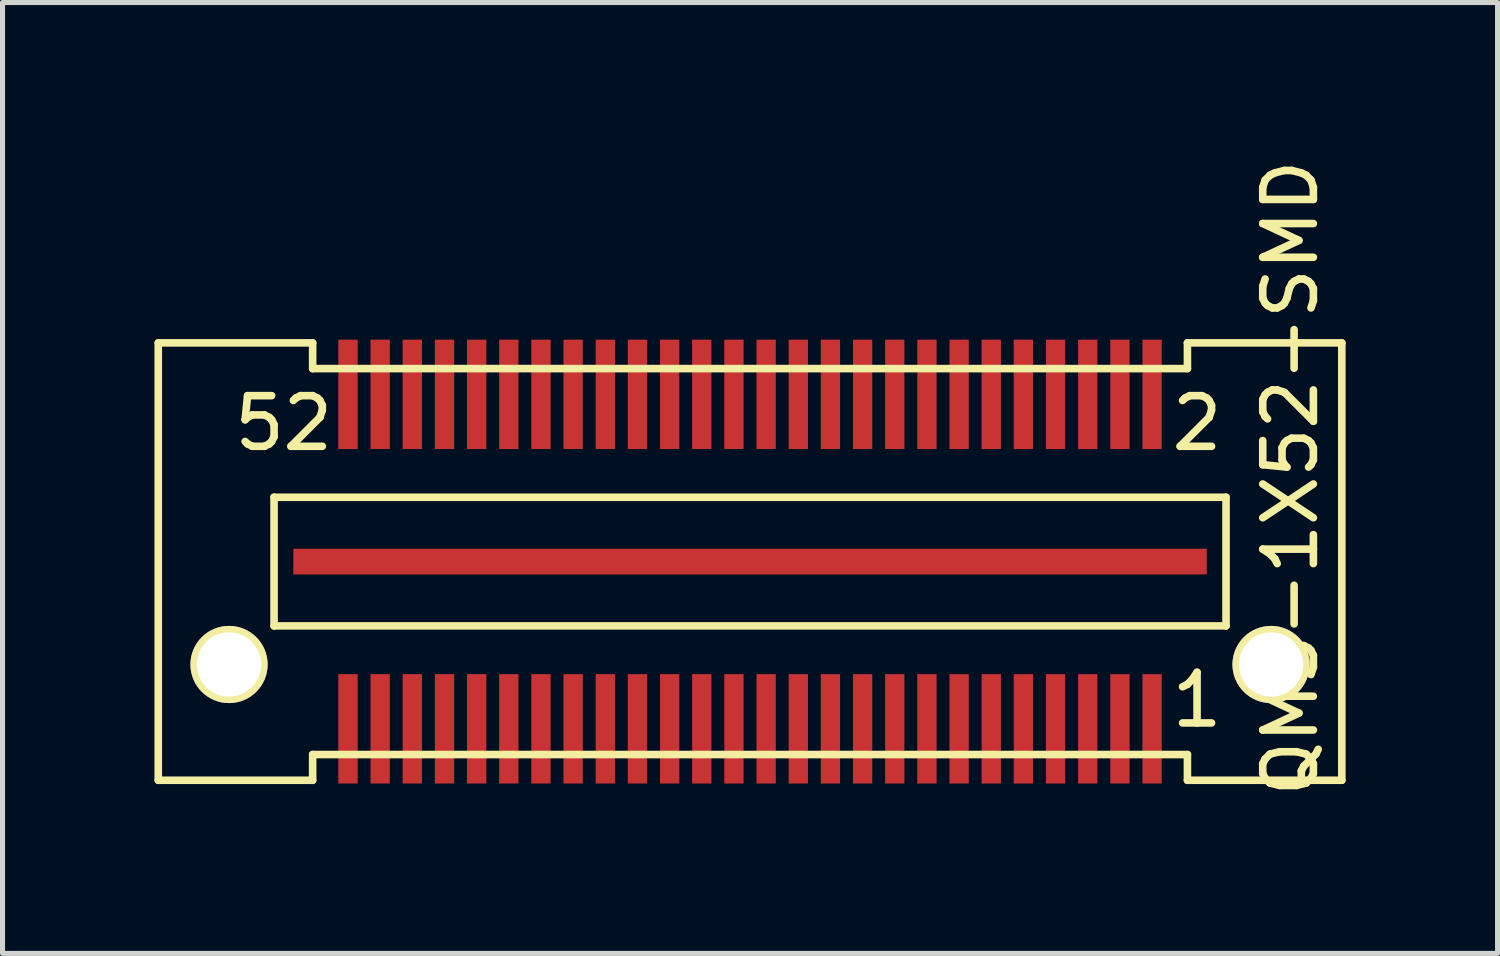
<source format=kicad_pcb>
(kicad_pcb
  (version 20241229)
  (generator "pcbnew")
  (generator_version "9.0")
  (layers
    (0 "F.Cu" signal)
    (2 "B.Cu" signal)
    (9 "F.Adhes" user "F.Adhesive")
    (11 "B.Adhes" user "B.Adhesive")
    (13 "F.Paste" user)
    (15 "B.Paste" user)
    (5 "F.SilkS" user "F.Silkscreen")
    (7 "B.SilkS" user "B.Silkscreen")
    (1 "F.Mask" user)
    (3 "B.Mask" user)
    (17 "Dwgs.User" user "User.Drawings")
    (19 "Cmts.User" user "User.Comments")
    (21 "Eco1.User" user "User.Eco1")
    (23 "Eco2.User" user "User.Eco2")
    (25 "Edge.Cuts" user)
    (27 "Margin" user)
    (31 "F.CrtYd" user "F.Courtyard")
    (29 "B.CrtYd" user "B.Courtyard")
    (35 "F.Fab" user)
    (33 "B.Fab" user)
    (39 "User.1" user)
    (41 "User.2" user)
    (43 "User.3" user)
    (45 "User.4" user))
  (footprint "QMS-1X52-SMD"
    (layer "F.Cu")
    (at 11.759 8.038)
    (property "Reference" "QMS-1X52-SMD" (at 10.668 -1.651 90) (layer "F.SilkS") (effects (font (size 1 1) (thickness 0.15))))
    (attr smd)
    (fp_line (start -11.684 4.318) (end -11.684 -4.318) (stroke (width 0.15) (type solid)) (layer "F.SilkS"))
    (fp_line (start -9.398 -1.27) (end 9.398 -1.27) (stroke (width 0.15) (type solid)) (layer "F.SilkS"))
    (fp_line (start -9.398 1.27) (end -9.398 -1.27) (stroke (width 0.15) (type solid)) (layer "F.SilkS"))
    (fp_line (start -8.636 -4.318) (end -11.684 -4.318) (stroke (width 0.15) (type solid)) (layer "F.SilkS"))
    (fp_line (start -8.636 -4.318) (end -8.636 -3.81) (stroke (width 0.15) (type solid)) (layer "F.SilkS"))
    (fp_line (start -8.636 -3.81) (end 8.636 -3.81) (stroke (width 0.15) (type solid)) (layer "F.SilkS"))
    (fp_line (start -8.636 3.81) (end -8.636 4.318) (stroke (width 0.15) (type solid)) (layer "F.SilkS"))
    (fp_line (start -8.636 4.318) (end -11.684 4.318) (stroke (width 0.15) (type solid)) (layer "F.SilkS"))
    (fp_line (start 8.636 -4.318) (end 11.684 -4.318) (stroke (width 0.15) (type solid)) (layer "F.SilkS"))
    (fp_line (start 8.636 -3.81) (end 8.636 -4.318) (stroke (width 0.15) (type solid)) (layer "F.SilkS"))
    (fp_line (start 8.636 3.81) (end -8.636 3.81) (stroke (width 0.15) (type solid)) (layer "F.SilkS"))
    (fp_line (start 8.636 4.318) (end 8.636 3.81) (stroke (width 0.15) (type solid)) (layer "F.SilkS"))
    (fp_line (start 9.398 -1.27) (end 9.398 1.27) (stroke (width 0.15) (type solid)) (layer "F.SilkS"))
    (fp_line (start 9.398 1.27) (end -9.398 1.27) (stroke (width 0.15) (type solid)) (layer "F.SilkS"))
    (fp_line (start 11.684 -4.318) (end 11.684 4.318) (stroke (width 0.15) (type solid)) (layer "F.SilkS"))
    (fp_line (start 11.684 4.318) (end 8.636 4.318) (stroke (width 0.15) (type solid)) (layer "F.SilkS"))
    (fp_text user "52" (at -9.207 -2.731 0) (layer "F.SilkS") (effects (font (size 1 1) (thickness 0.15))))
    (fp_text user "1" (at 8.826 2.731 0) (layer "F.SilkS") (effects (font (size 1 1) (thickness 0.15))))
    (fp_text user "2" (at 8.826 -2.731 0) (layer "F.SilkS") (effects (font (size 1 1) (thickness 0.15))))
    (pad "" thru_hole circle (at -10.287 2.032) (size 1.524 1.524) (drill 1.27) (layers "*.Cu" "*.Mask" "F.SilkS"))
    (pad "" thru_hole circle (at 10.287 2.032) (size 1.524 1.524) (drill 1.27) (layers "*.Cu" "*.Mask" "F.SilkS"))
    (pad "1" smd rect (at 7.938 3.302) (size 0.381 2.159) (layers "F.Cu" "F.Mask" "F.Paste"))
    (pad "2" smd rect (at 7.938 -3.302) (size 0.381 2.159) (layers "F.Cu" "F.Mask" "F.Paste"))
    (pad "3" smd rect (at 7.303 3.302) (size 0.381 2.159) (layers "F.Cu" "F.Mask" "F.Paste"))
    (pad "4" smd rect (at 7.303 -3.302) (size 0.381 2.159) (layers "F.Cu" "F.Mask" "F.Paste"))
    (pad "5" smd rect (at 6.668 3.302) (size 0.381 2.159) (layers "F.Cu" "F.Mask" "F.Paste"))
    (pad "6" smd rect (at 6.668 -3.302) (size 0.381 2.159) (layers "F.Cu" "F.Mask" "F.Paste"))
    (pad "7" smd rect (at 6.032 3.302) (size 0.381 2.159) (layers "F.Cu" "F.Mask" "F.Paste"))
    (pad "8" smd rect (at 6.032 -3.302) (size 0.381 2.159) (layers "F.Cu" "F.Mask" "F.Paste"))
    (pad "9" smd rect (at 5.397 3.302) (size 0.381 2.159) (layers "F.Cu" "F.Mask" "F.Paste"))
    (pad "10" smd rect (at 5.397 -3.302) (size 0.381 2.159) (layers "F.Cu" "F.Mask" "F.Paste"))
    (pad "11" smd rect (at 4.763 3.302) (size 0.381 2.159) (layers "F.Cu" "F.Mask" "F.Paste"))
    (pad "12" smd rect (at 4.763 -3.302) (size 0.381 2.159) (layers "F.Cu" "F.Mask" "F.Paste"))
    (pad "13" smd rect (at 4.128 3.302) (size 0.381 2.159) (layers "F.Cu" "F.Mask" "F.Paste"))
    (pad "14" smd rect (at 4.128 -3.302) (size 0.381 2.159) (layers "F.Cu" "F.Mask" "F.Paste"))
    (pad "15" smd rect (at 3.493 3.302) (size 0.381 2.159) (layers "F.Cu" "F.Mask" "F.Paste"))
    (pad "16" smd rect (at 3.493 -3.302) (size 0.381 2.159) (layers "F.Cu" "F.Mask" "F.Paste"))
    (pad "17" smd rect (at 2.857 3.302) (size 0.381 2.159) (layers "F.Cu" "F.Mask" "F.Paste"))
    (pad "18" smd rect (at 2.857 -3.302) (size 0.381 2.159) (layers "F.Cu" "F.Mask" "F.Paste"))
    (pad "19" smd rect (at 2.223 3.302) (size 0.381 2.159) (layers "F.Cu" "F.Mask" "F.Paste"))
    (pad "20" smd rect (at 2.223 -3.302) (size 0.381 2.159) (layers "F.Cu" "F.Mask" "F.Paste"))
    (pad "21" smd rect (at 1.587 3.302) (size 0.381 2.159) (layers "F.Cu" "F.Mask" "F.Paste"))
    (pad "22" smd rect (at 1.587 -3.302) (size 0.381 2.159) (layers "F.Cu" "F.Mask" "F.Paste"))
    (pad "23" smd rect (at 0.953 3.302) (size 0.381 2.159) (layers "F.Cu" "F.Mask" "F.Paste"))
    (pad "24" smd rect (at 0.953 -3.302) (size 0.381 2.159) (layers "F.Cu" "F.Mask" "F.Paste"))
    (pad "25" smd rect (at 0.318 3.302) (size 0.381 2.159) (layers "F.Cu" "F.Mask" "F.Paste"))
    (pad "26" smd rect (at 0.318 -3.302) (size 0.381 2.159) (layers "F.Cu" "F.Mask" "F.Paste"))
    (pad "27" smd rect (at -0.318 3.302) (size 0.381 2.159) (layers "F.Cu" "F.Mask" "F.Paste"))
    (pad "28" smd rect (at -0.318 -3.302) (size 0.381 2.159) (layers "F.Cu" "F.Mask" "F.Paste"))
    (pad "29" smd rect (at -0.953 3.302) (size 0.381 2.159) (layers "F.Cu" "F.Mask" "F.Paste"))
    (pad "30" smd rect (at -0.953 -3.302) (size 0.381 2.159) (layers "F.Cu" "F.Mask" "F.Paste"))
    (pad "31" smd rect (at -1.587 3.302) (size 0.381 2.159) (layers "F.Cu" "F.Mask" "F.Paste"))
    (pad "32" smd rect (at -1.587 -3.302) (size 0.381 2.159) (layers "F.Cu" "F.Mask" "F.Paste"))
    (pad "33" smd rect (at -2.223 3.302) (size 0.381 2.159) (layers "F.Cu" "F.Mask" "F.Paste"))
    (pad "34" smd rect (at -2.223 -3.302) (size 0.381 2.159) (layers "F.Cu" "F.Mask" "F.Paste"))
    (pad "35" smd rect (at -2.857 3.302) (size 0.381 2.159) (layers "F.Cu" "F.Mask" "F.Paste"))
    (pad "36" smd rect (at -2.857 -3.302) (size 0.381 2.159) (layers "F.Cu" "F.Mask" "F.Paste"))
    (pad "37" smd rect (at -3.493 3.302) (size 0.381 2.159) (layers "F.Cu" "F.Mask" "F.Paste"))
    (pad "38" smd rect (at -3.493 -3.302) (size 0.381 2.159) (layers "F.Cu" "F.Mask" "F.Paste"))
    (pad "39" smd rect (at -4.128 3.302) (size 0.381 2.159) (layers "F.Cu" "F.Mask" "F.Paste"))
    (pad "40" smd rect (at -4.128 -3.302) (size 0.381 2.159) (layers "F.Cu" "F.Mask" "F.Paste"))
    (pad "41" smd rect (at -4.763 3.302) (size 0.381 2.159) (layers "F.Cu" "F.Mask" "F.Paste"))
    (pad "42" smd rect (at -4.763 -3.302) (size 0.381 2.159) (layers "F.Cu" "F.Mask" "F.Paste"))
    (pad "43" smd rect (at -5.397 3.302) (size 0.381 2.159) (layers "F.Cu" "F.Mask" "F.Paste"))
    (pad "44" smd rect (at -5.397 -3.302) (size 0.381 2.159) (layers "F.Cu" "F.Mask" "F.Paste"))
    (pad "45" smd rect (at -6.032 3.302) (size 0.381 2.159) (layers "F.Cu" "F.Mask" "F.Paste"))
    (pad "46" smd rect (at -6.032 -3.302) (size 0.381 2.159) (layers "F.Cu" "F.Mask" "F.Paste"))
    (pad "47" smd rect (at -6.668 3.302) (size 0.381 2.159) (layers "F.Cu" "F.Mask" "F.Paste"))
    (pad "48" smd rect (at -6.668 -3.302) (size 0.381 2.159) (layers "F.Cu" "F.Mask" "F.Paste"))
    (pad "49" smd rect (at -7.303 3.302) (size 0.381 2.159) (layers "F.Cu" "F.Mask" "F.Paste"))
    (pad "50" smd rect (at -7.303 -3.302) (size 0.381 2.159) (layers "F.Cu" "F.Mask" "F.Paste"))
    (pad "51" smd rect (at -7.938 3.302) (size 0.381 2.159) (layers "F.Cu" "F.Mask" "F.Paste"))
    (pad "52" smd rect (at -7.938 -3.302) (size 0.381 2.159) (layers "F.Cu" "F.Mask" "F.Paste"))
    (pad "53" smd rect (at 0 0) (size 18.034 0.508) (layers "F.Cu" "F.Mask" "F.Paste")))
  (gr_rect
    (start -3 -3)
    (end 26.518 15.774)
    (stroke (width 0.1) (type default))
    (fill no)
    (layer "Edge.Cuts")))
</source>
